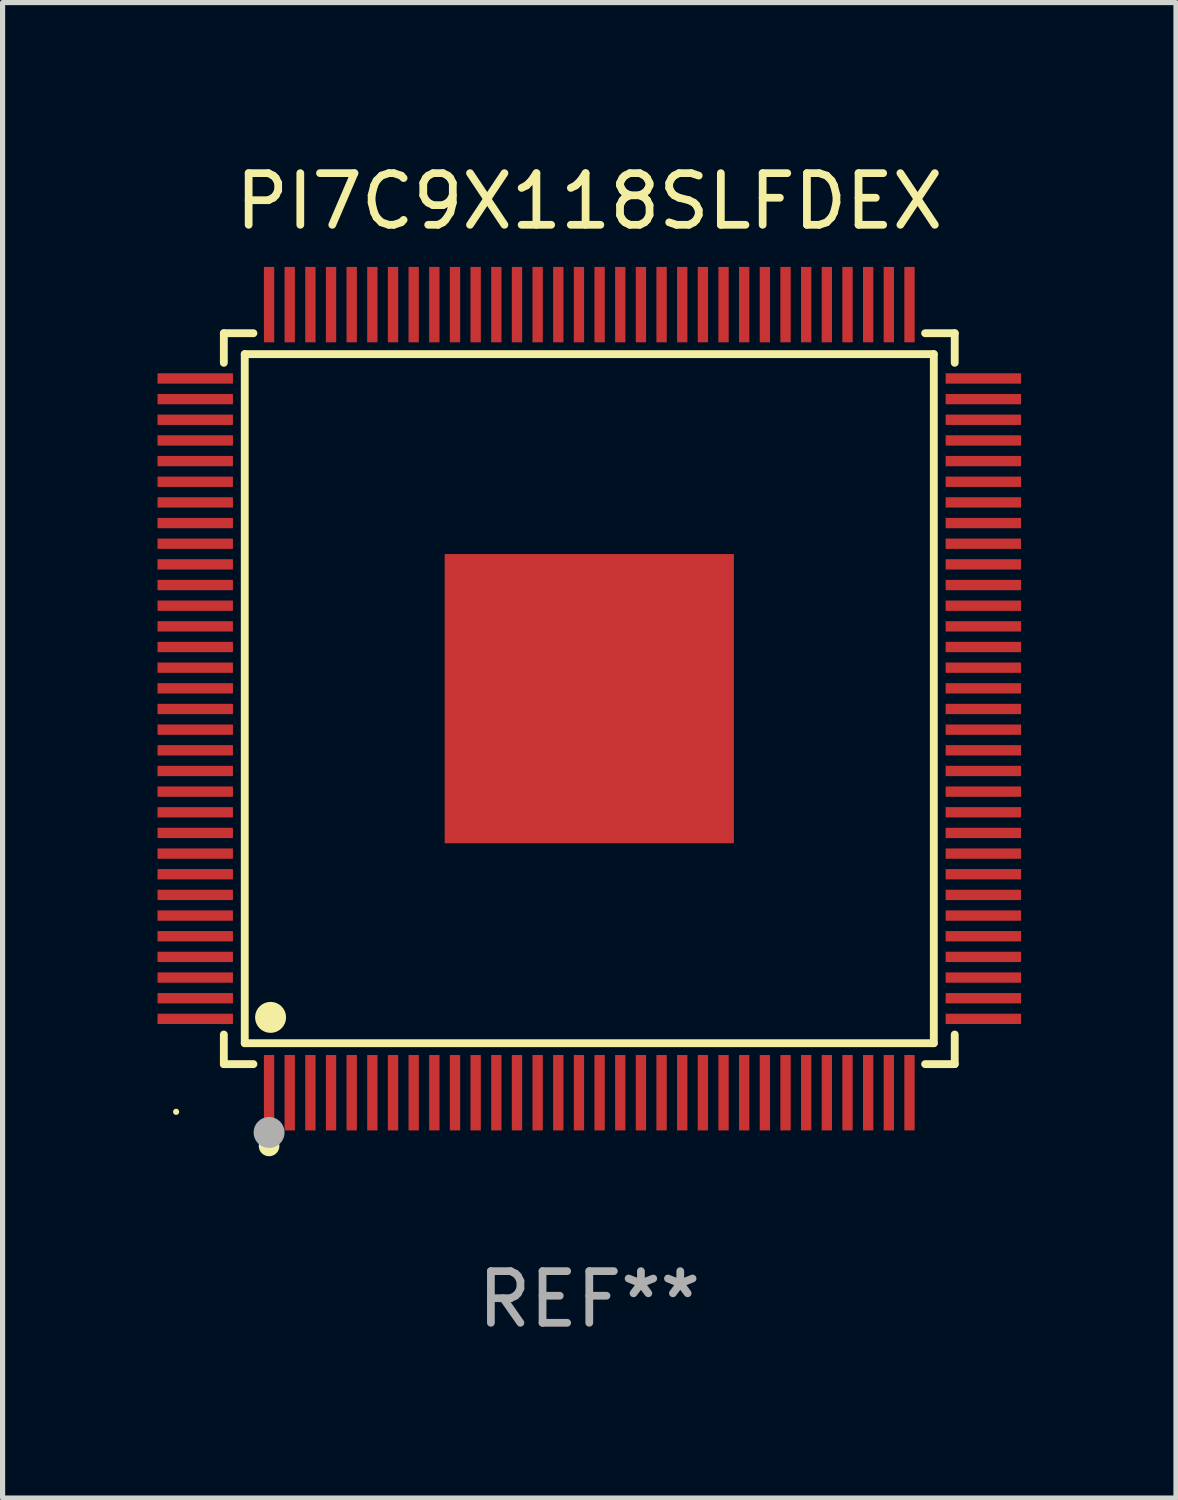
<source format=kicad_pcb>
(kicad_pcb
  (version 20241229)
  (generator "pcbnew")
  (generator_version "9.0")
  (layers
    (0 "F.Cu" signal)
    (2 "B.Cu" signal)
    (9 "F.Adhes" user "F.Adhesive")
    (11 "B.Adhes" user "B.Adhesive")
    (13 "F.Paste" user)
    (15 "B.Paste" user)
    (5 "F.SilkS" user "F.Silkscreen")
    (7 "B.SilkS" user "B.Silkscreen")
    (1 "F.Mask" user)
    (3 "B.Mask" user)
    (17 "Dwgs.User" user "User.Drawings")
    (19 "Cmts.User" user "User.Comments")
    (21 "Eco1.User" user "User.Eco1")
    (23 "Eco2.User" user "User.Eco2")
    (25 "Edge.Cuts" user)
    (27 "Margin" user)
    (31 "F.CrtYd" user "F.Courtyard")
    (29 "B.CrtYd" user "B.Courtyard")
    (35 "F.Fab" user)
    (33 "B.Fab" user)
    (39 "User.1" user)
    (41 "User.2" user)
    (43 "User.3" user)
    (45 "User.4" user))
  (footprint "PI7C9X118SLFDEX"
    (layer "F.Cu")
    (at 8.36 10.478)
    (property "Reference" "PI7C9X118SLFDEX" (at 0 -9.63 0) (layer "F.SilkS") (effects (font (size 1 1) (thickness 0.15))))
    (attr through_hole)
    (fp_line (start -7.076 -7.076) (end -6.503 -7.076) (stroke (width 0.152) (type solid)) (layer "F.SilkS"))
    (fp_line (start -7.076 -6.503) (end -7.076 -7.076) (stroke (width 0.152) (type solid)) (layer "F.SilkS"))
    (fp_line (start -7.076 6.503) (end -7.076 7.076) (stroke (width 0.152) (type solid)) (layer "F.SilkS"))
    (fp_line (start -7.076 7.076) (end -6.503 7.076) (stroke (width 0.152) (type solid)) (layer "F.SilkS"))
    (fp_line (start -6.671 -6.671) (end 6.671 -6.671) (stroke (width 0.152) (type solid)) (layer "F.SilkS"))
    (fp_line (start -6.671 6.671) (end -6.671 -6.671) (stroke (width 0.152) (type solid)) (layer "F.SilkS"))
    (fp_line (start 6.671 -6.671) (end 6.671 6.671) (stroke (width 0.152) (type solid)) (layer "F.SilkS"))
    (fp_line (start 6.671 6.671) (end -6.671 6.671) (stroke (width 0.152) (type solid)) (layer "F.SilkS"))
    (fp_line (start 7.076 -7.076) (end 6.503 -7.076) (stroke (width 0.152) (type solid)) (layer "F.SilkS"))
    (fp_line (start 7.076 -6.503) (end 7.076 -7.076) (stroke (width 0.152) (type solid)) (layer "F.SilkS"))
    (fp_line (start 7.076 6.503) (end 7.076 7.076) (stroke (width 0.152) (type solid)) (layer "F.SilkS"))
    (fp_line (start 7.076 7.076) (end 6.503 7.076) (stroke (width 0.152) (type solid)) (layer "F.SilkS"))
    (fp_circle (center -8 8) (end -7.97 8) (stroke (width 0.06) (type solid)) (fill no) (layer "F.SilkS"))
    (fp_circle (center -6.2 8.66) (end -6.1 8.66) (stroke (width 0.2) (type solid)) (fill no) (layer "F.SilkS"))
    (fp_circle (center -6.171 6.171) (end -6.021 6.171) (stroke (width 0.3) (type solid)) (fill no) (layer "F.SilkS"))
    (fp_circle (center -6.2 8.4) (end -6.05 8.4) (stroke (width 0.3) (type solid)) (fill no) (layer "F.Fab"))
    (fp_text user "REF**" (at 0 11.63 0) (layer "F.Fab") (effects (font (size 1 1) (thickness 0.15))))
    (pad "1" smd rect (at -6.2 7.63) (size 0.2 1.46) (layers "F.Cu" "F.Mask" "F.Paste"))
    (pad "2" smd rect (at -5.8 7.63) (size 0.2 1.46) (layers "F.Cu" "F.Mask" "F.Paste"))
    (pad "3" smd rect (at -5.4 7.63) (size 0.2 1.46) (layers "F.Cu" "F.Mask" "F.Paste"))
    (pad "4" smd rect (at -5 7.63) (size 0.2 1.46) (layers "F.Cu" "F.Mask" "F.Paste"))
    (pad "5" smd rect (at -4.6 7.63) (size 0.2 1.46) (layers "F.Cu" "F.Mask" "F.Paste"))
    (pad "6" smd rect (at -4.2 7.63) (size 0.2 1.46) (layers "F.Cu" "F.Mask" "F.Paste"))
    (pad "7" smd rect (at -3.8 7.63) (size 0.2 1.46) (layers "F.Cu" "F.Mask" "F.Paste"))
    (pad "8" smd rect (at -3.4 7.63) (size 0.2 1.46) (layers "F.Cu" "F.Mask" "F.Paste"))
    (pad "9" smd rect (at -3 7.63) (size 0.2 1.46) (layers "F.Cu" "F.Mask" "F.Paste"))
    (pad "10" smd rect (at -2.6 7.63) (size 0.2 1.46) (layers "F.Cu" "F.Mask" "F.Paste"))
    (pad "11" smd rect (at -2.2 7.63) (size 0.2 1.46) (layers "F.Cu" "F.Mask" "F.Paste"))
    (pad "12" smd rect (at -1.8 7.63) (size 0.2 1.46) (layers "F.Cu" "F.Mask" "F.Paste"))
    (pad "13" smd rect (at -1.4 7.63) (size 0.2 1.46) (layers "F.Cu" "F.Mask" "F.Paste"))
    (pad "14" smd rect (at -1 7.63) (size 0.2 1.46) (layers "F.Cu" "F.Mask" "F.Paste"))
    (pad "15" smd rect (at -0.6 7.63) (size 0.2 1.46) (layers "F.Cu" "F.Mask" "F.Paste"))
    (pad "16" smd rect (at -0.2 7.63) (size 0.2 1.46) (layers "F.Cu" "F.Mask" "F.Paste"))
    (pad "17" smd rect (at 0.2 7.63) (size 0.2 1.46) (layers "F.Cu" "F.Mask" "F.Paste"))
    (pad "18" smd rect (at 0.6 7.63) (size 0.2 1.46) (layers "F.Cu" "F.Mask" "F.Paste"))
    (pad "19" smd rect (at 1 7.63) (size 0.2 1.46) (layers "F.Cu" "F.Mask" "F.Paste"))
    (pad "20" smd rect (at 1.4 7.63) (size 0.2 1.46) (layers "F.Cu" "F.Mask" "F.Paste"))
    (pad "21" smd rect (at 1.8 7.63) (size 0.2 1.46) (layers "F.Cu" "F.Mask" "F.Paste"))
    (pad "22" smd rect (at 2.2 7.63) (size 0.2 1.46) (layers "F.Cu" "F.Mask" "F.Paste"))
    (pad "23" smd rect (at 2.6 7.63) (size 0.2 1.46) (layers "F.Cu" "F.Mask" "F.Paste"))
    (pad "24" smd rect (at 3 7.63) (size 0.2 1.46) (layers "F.Cu" "F.Mask" "F.Paste"))
    (pad "25" smd rect (at 3.4 7.63) (size 0.2 1.46) (layers "F.Cu" "F.Mask" "F.Paste"))
    (pad "26" smd rect (at 3.8 7.63) (size 0.2 1.46) (layers "F.Cu" "F.Mask" "F.Paste"))
    (pad "27" smd rect (at 4.2 7.63) (size 0.2 1.46) (layers "F.Cu" "F.Mask" "F.Paste"))
    (pad "28" smd rect (at 4.6 7.63) (size 0.2 1.46) (layers "F.Cu" "F.Mask" "F.Paste"))
    (pad "29" smd rect (at 5 7.63) (size 0.2 1.46) (layers "F.Cu" "F.Mask" "F.Paste"))
    (pad "30" smd rect (at 5.4 7.63) (size 0.2 1.46) (layers "F.Cu" "F.Mask" "F.Paste"))
    (pad "31" smd rect (at 5.8 7.63) (size 0.2 1.46) (layers "F.Cu" "F.Mask" "F.Paste"))
    (pad "32" smd rect (at 6.2 7.63) (size 0.2 1.46) (layers "F.Cu" "F.Mask" "F.Paste"))
    (pad "33" smd rect (at 7.63 6.2) (size 1.46 0.2) (layers "F.Cu" "F.Mask" "F.Paste"))
    (pad "34" smd rect (at 7.63 5.8) (size 1.46 0.2) (layers "F.Cu" "F.Mask" "F.Paste"))
    (pad "35" smd rect (at 7.63 5.4) (size 1.46 0.2) (layers "F.Cu" "F.Mask" "F.Paste"))
    (pad "36" smd rect (at 7.63 5) (size 1.46 0.2) (layers "F.Cu" "F.Mask" "F.Paste"))
    (pad "37" smd rect (at 7.63 4.6) (size 1.46 0.2) (layers "F.Cu" "F.Mask" "F.Paste"))
    (pad "38" smd rect (at 7.63 4.2) (size 1.46 0.2) (layers "F.Cu" "F.Mask" "F.Paste"))
    (pad "39" smd rect (at 7.63 3.8) (size 1.46 0.2) (layers "F.Cu" "F.Mask" "F.Paste"))
    (pad "40" smd rect (at 7.63 3.4) (size 1.46 0.2) (layers "F.Cu" "F.Mask" "F.Paste"))
    (pad "41" smd rect (at 7.63 3) (size 1.46 0.2) (layers "F.Cu" "F.Mask" "F.Paste"))
    (pad "42" smd rect (at 7.63 2.6) (size 1.46 0.2) (layers "F.Cu" "F.Mask" "F.Paste"))
    (pad "43" smd rect (at 7.63 2.2) (size 1.46 0.2) (layers "F.Cu" "F.Mask" "F.Paste"))
    (pad "44" smd rect (at 7.63 1.8) (size 1.46 0.2) (layers "F.Cu" "F.Mask" "F.Paste"))
    (pad "45" smd rect (at 7.63 1.4) (size 1.46 0.2) (layers "F.Cu" "F.Mask" "F.Paste"))
    (pad "46" smd rect (at 7.63 1) (size 1.46 0.2) (layers "F.Cu" "F.Mask" "F.Paste"))
    (pad "47" smd rect (at 7.63 0.6) (size 1.46 0.2) (layers "F.Cu" "F.Mask" "F.Paste"))
    (pad "48" smd rect (at 7.63 0.2) (size 1.46 0.2) (layers "F.Cu" "F.Mask" "F.Paste"))
    (pad "49" smd rect (at 7.63 -0.2) (size 1.46 0.2) (layers "F.Cu" "F.Mask" "F.Paste"))
    (pad "50" smd rect (at 7.63 -0.6) (size 1.46 0.2) (layers "F.Cu" "F.Mask" "F.Paste"))
    (pad "51" smd rect (at 7.63 -1) (size 1.46 0.2) (layers "F.Cu" "F.Mask" "F.Paste"))
    (pad "52" smd rect (at 7.63 -1.4) (size 1.46 0.2) (layers "F.Cu" "F.Mask" "F.Paste"))
    (pad "53" smd rect (at 7.63 -1.8) (size 1.46 0.2) (layers "F.Cu" "F.Mask" "F.Paste"))
    (pad "54" smd rect (at 7.63 -2.2) (size 1.46 0.2) (layers "F.Cu" "F.Mask" "F.Paste"))
    (pad "55" smd rect (at 7.63 -2.6) (size 1.46 0.2) (layers "F.Cu" "F.Mask" "F.Paste"))
    (pad "56" smd rect (at 7.63 -3) (size 1.46 0.2) (layers "F.Cu" "F.Mask" "F.Paste"))
    (pad "57" smd rect (at 7.63 -3.4) (size 1.46 0.2) (layers "F.Cu" "F.Mask" "F.Paste"))
    (pad "58" smd rect (at 7.63 -3.8) (size 1.46 0.2) (layers "F.Cu" "F.Mask" "F.Paste"))
    (pad "59" smd rect (at 7.63 -4.2) (size 1.46 0.2) (layers "F.Cu" "F.Mask" "F.Paste"))
    (pad "60" smd rect (at 7.63 -4.6) (size 1.46 0.2) (layers "F.Cu" "F.Mask" "F.Paste"))
    (pad "61" smd rect (at 7.63 -5) (size 1.46 0.2) (layers "F.Cu" "F.Mask" "F.Paste"))
    (pad "62" smd rect (at 7.63 -5.4) (size 1.46 0.2) (layers "F.Cu" "F.Mask" "F.Paste"))
    (pad "63" smd rect (at 7.63 -5.8) (size 1.46 0.2) (layers "F.Cu" "F.Mask" "F.Paste"))
    (pad "64" smd rect (at 7.63 -6.2) (size 1.46 0.2) (layers "F.Cu" "F.Mask" "F.Paste"))
    (pad "65" smd rect (at 6.2 -7.63) (size 0.2 1.46) (layers "F.Cu" "F.Mask" "F.Paste"))
    (pad "66" smd rect (at 5.8 -7.63) (size 0.2 1.46) (layers "F.Cu" "F.Mask" "F.Paste"))
    (pad "67" smd rect (at 5.4 -7.63) (size 0.2 1.46) (layers "F.Cu" "F.Mask" "F.Paste"))
    (pad "68" smd rect (at 5 -7.63) (size 0.2 1.46) (layers "F.Cu" "F.Mask" "F.Paste"))
    (pad "69" smd rect (at 4.6 -7.63) (size 0.2 1.46) (layers "F.Cu" "F.Mask" "F.Paste"))
    (pad "70" smd rect (at 4.2 -7.63) (size 0.2 1.46) (layers "F.Cu" "F.Mask" "F.Paste"))
    (pad "71" smd rect (at 3.8 -7.63) (size 0.2 1.46) (layers "F.Cu" "F.Mask" "F.Paste"))
    (pad "72" smd rect (at 3.4 -7.63) (size 0.2 1.46) (layers "F.Cu" "F.Mask" "F.Paste"))
    (pad "73" smd rect (at 3 -7.63) (size 0.2 1.46) (layers "F.Cu" "F.Mask" "F.Paste"))
    (pad "74" smd rect (at 2.6 -7.63) (size 0.2 1.46) (layers "F.Cu" "F.Mask" "F.Paste"))
    (pad "75" smd rect (at 2.2 -7.63) (size 0.2 1.46) (layers "F.Cu" "F.Mask" "F.Paste"))
    (pad "76" smd rect (at 1.8 -7.63) (size 0.2 1.46) (layers "F.Cu" "F.Mask" "F.Paste"))
    (pad "77" smd rect (at 1.4 -7.63) (size 0.2 1.46) (layers "F.Cu" "F.Mask" "F.Paste"))
    (pad "78" smd rect (at 1 -7.63) (size 0.2 1.46) (layers "F.Cu" "F.Mask" "F.Paste"))
    (pad "79" smd rect (at 0.6 -7.63) (size 0.2 1.46) (layers "F.Cu" "F.Mask" "F.Paste"))
    (pad "80" smd rect (at 0.2 -7.63) (size 0.2 1.46) (layers "F.Cu" "F.Mask" "F.Paste"))
    (pad "81" smd rect (at -0.2 -7.63) (size 0.2 1.46) (layers "F.Cu" "F.Mask" "F.Paste"))
    (pad "82" smd rect (at -0.6 -7.63) (size 0.2 1.46) (layers "F.Cu" "F.Mask" "F.Paste"))
    (pad "83" smd rect (at -1 -7.63) (size 0.2 1.46) (layers "F.Cu" "F.Mask" "F.Paste"))
    (pad "84" smd rect (at -1.4 -7.63) (size 0.2 1.46) (layers "F.Cu" "F.Mask" "F.Paste"))
    (pad "85" smd rect (at -1.8 -7.63) (size 0.2 1.46) (layers "F.Cu" "F.Mask" "F.Paste"))
    (pad "86" smd rect (at -2.2 -7.63) (size 0.2 1.46) (layers "F.Cu" "F.Mask" "F.Paste"))
    (pad "87" smd rect (at -2.6 -7.63) (size 0.2 1.46) (layers "F.Cu" "F.Mask" "F.Paste"))
    (pad "88" smd rect (at -3 -7.63) (size 0.2 1.46) (layers "F.Cu" "F.Mask" "F.Paste"))
    (pad "89" smd rect (at -3.4 -7.63) (size 0.2 1.46) (layers "F.Cu" "F.Mask" "F.Paste"))
    (pad "90" smd rect (at -3.8 -7.63) (size 0.2 1.46) (layers "F.Cu" "F.Mask" "F.Paste"))
    (pad "91" smd rect (at -4.2 -7.63) (size 0.2 1.46) (layers "F.Cu" "F.Mask" "F.Paste"))
    (pad "92" smd rect (at -4.6 -7.63) (size 0.2 1.46) (layers "F.Cu" "F.Mask" "F.Paste"))
    (pad "93" smd rect (at -5 -7.63) (size 0.2 1.46) (layers "F.Cu" "F.Mask" "F.Paste"))
    (pad "94" smd rect (at -5.4 -7.63) (size 0.2 1.46) (layers "F.Cu" "F.Mask" "F.Paste"))
    (pad "95" smd rect (at -5.8 -7.63) (size 0.2 1.46) (layers "F.Cu" "F.Mask" "F.Paste"))
    (pad "96" smd rect (at -6.2 -7.63) (size 0.2 1.46) (layers "F.Cu" "F.Mask" "F.Paste"))
    (pad "97" smd rect (at -7.63 -6.2) (size 1.46 0.2) (layers "F.Cu" "F.Mask" "F.Paste"))
    (pad "98" smd rect (at -7.63 -5.8) (size 1.46 0.2) (layers "F.Cu" "F.Mask" "F.Paste"))
    (pad "99" smd rect (at -7.63 -5.4) (size 1.46 0.2) (layers "F.Cu" "F.Mask" "F.Paste"))
    (pad "100" smd rect (at -7.63 -5) (size 1.46 0.2) (layers "F.Cu" "F.Mask" "F.Paste"))
    (pad "101" smd rect (at -7.63 -4.6) (size 1.46 0.2) (layers "F.Cu" "F.Mask" "F.Paste"))
    (pad "102" smd rect (at -7.63 -4.2) (size 1.46 0.2) (layers "F.Cu" "F.Mask" "F.Paste"))
    (pad "103" smd rect (at -7.63 -3.8) (size 1.46 0.2) (layers "F.Cu" "F.Mask" "F.Paste"))
    (pad "104" smd rect (at -7.63 -3.4) (size 1.46 0.2) (layers "F.Cu" "F.Mask" "F.Paste"))
    (pad "105" smd rect (at -7.63 -3) (size 1.46 0.2) (layers "F.Cu" "F.Mask" "F.Paste"))
    (pad "106" smd rect (at -7.63 -2.6) (size 1.46 0.2) (layers "F.Cu" "F.Mask" "F.Paste"))
    (pad "107" smd rect (at -7.63 -2.2) (size 1.46 0.2) (layers "F.Cu" "F.Mask" "F.Paste"))
    (pad "108" smd rect (at -7.63 -1.8) (size 1.46 0.2) (layers "F.Cu" "F.Mask" "F.Paste"))
    (pad "109" smd rect (at -7.63 -1.4) (size 1.46 0.2) (layers "F.Cu" "F.Mask" "F.Paste"))
    (pad "110" smd rect (at -7.63 -1) (size 1.46 0.2) (layers "F.Cu" "F.Mask" "F.Paste"))
    (pad "111" smd rect (at -7.63 -0.6) (size 1.46 0.2) (layers "F.Cu" "F.Mask" "F.Paste"))
    (pad "112" smd rect (at -7.63 -0.2) (size 1.46 0.2) (layers "F.Cu" "F.Mask" "F.Paste"))
    (pad "113" smd rect (at -7.63 0.2) (size 1.46 0.2) (layers "F.Cu" "F.Mask" "F.Paste"))
    (pad "114" smd rect (at -7.63 0.6) (size 1.46 0.2) (layers "F.Cu" "F.Mask" "F.Paste"))
    (pad "115" smd rect (at -7.63 1) (size 1.46 0.2) (layers "F.Cu" "F.Mask" "F.Paste"))
    (pad "116" smd rect (at -7.63 1.4) (size 1.46 0.2) (layers "F.Cu" "F.Mask" "F.Paste"))
    (pad "117" smd rect (at -7.63 1.8) (size 1.46 0.2) (layers "F.Cu" "F.Mask" "F.Paste"))
    (pad "118" smd rect (at -7.63 2.2) (size 1.46 0.2) (layers "F.Cu" "F.Mask" "F.Paste"))
    (pad "119" smd rect (at -7.63 2.6) (size 1.46 0.2) (layers "F.Cu" "F.Mask" "F.Paste"))
    (pad "120" smd rect (at -7.63 3) (size 1.46 0.2) (layers "F.Cu" "F.Mask" "F.Paste"))
    (pad "121" smd rect (at -7.63 3.4) (size 1.46 0.2) (layers "F.Cu" "F.Mask" "F.Paste"))
    (pad "122" smd rect (at -7.63 3.8) (size 1.46 0.2) (layers "F.Cu" "F.Mask" "F.Paste"))
    (pad "123" smd rect (at -7.63 4.2) (size 1.46 0.2) (layers "F.Cu" "F.Mask" "F.Paste"))
    (pad "124" smd rect (at -7.63 4.6) (size 1.46 0.2) (layers "F.Cu" "F.Mask" "F.Paste"))
    (pad "125" smd rect (at -7.63 5) (size 1.46 0.2) (layers "F.Cu" "F.Mask" "F.Paste"))
    (pad "126" smd rect (at -7.63 5.4) (size 1.46 0.2) (layers "F.Cu" "F.Mask" "F.Paste"))
    (pad "127" smd rect (at -7.63 5.8) (size 1.46 0.2) (layers "F.Cu" "F.Mask" "F.Paste"))
    (pad "128" smd rect (at -7.63 6.2) (size 1.46 0.2) (layers "F.Cu" "F.Mask" "F.Paste"))
    (pad "129" smd rect (at 0 0) (size 5.6 5.6) (layers "F.Cu" "F.Mask" "F.Paste")))
  (gr_rect
    (start -3 -3)
    (end 19.72 25.956)
    (stroke (width 0.1) (type default))
    (fill no)
    (layer "Edge.Cuts")))
</source>
